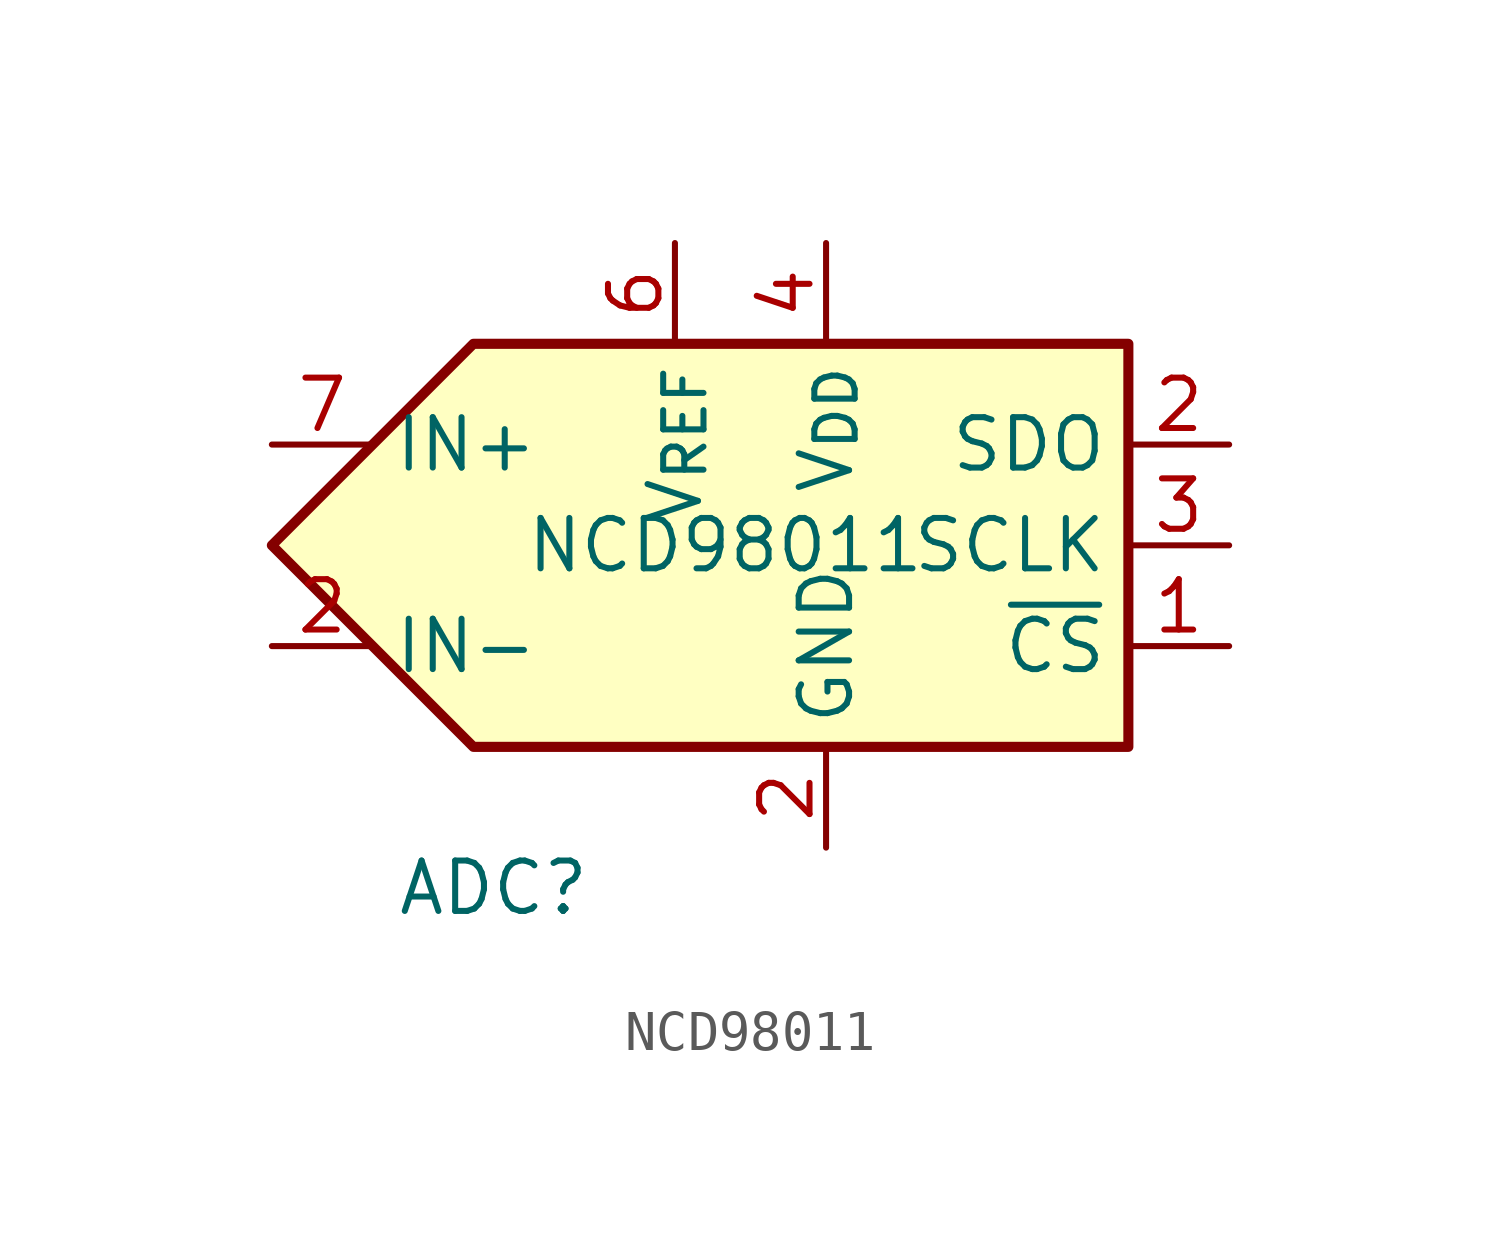
<source format=kicad_sym>
(kicad_symbol_lib
  (version 20241209)
  (generator "kicad_symbol_editor")
  (generator_version "9.0")
  (symbol "NCD98011"
    (property "Reference" "ADC"
      (at -5.842 -8.636 0)
      (effects (font (size 1.27 1.27))))
    (property "Value" "NCD98011"
      (at 0 0 0)
      (effects (font (size 1.27 1.27))))
    (symbol "NCD98011_0_1"
      (polyline (pts (xy -6.35 5.08) (xy 10.16 5.08) (xy 10.16 -5.08) (xy -6.35 -5.08) (xy -11.43 0) (xy -6.35 5.08)) (stroke (width 0.254) (type default)) (fill (type background))))
    (symbol "NCD98011_1_1"
      (pin input line (at -11.43 2.54 0) (length 2.54) (name "IN+" (effects (font (size 1.27 1.27)))) (number "7" (effects (font (size 1.27 1.27)))))
      (pin input line (at -11.43 -2.54 0) (length 2.54) (name "IN-" (effects (font (size 1.27 1.27)))) (number "2" (effects (font (size 1.27 1.27)))))
      (pin power_in line (at -1.27 7.62 270) (length 2.54) (name "V_{REF}" (effects (font (size 1.27 1.27)))) (number "6" (effects (font (size 1.27 1.27)))))
      (pin power_in line (at 2.54 7.62 270) (length 2.54) (name "V_{DD}" (effects (font (size 1.27 1.27)))) (number "4" (effects (font (size 1.27 1.27)))))
      (pin power_in line (at 2.54 -7.62 90) (length 2.54) (name "GND" (effects (font (size 1.27 1.27)))) (number "2" (effects (font (size 1.27 1.27)))))
      (pin tri_state line (at 12.7 2.54 180) (length 2.54) (name "SDO" (effects (font (size 1.27 1.27)))) (number "2" (effects (font (size 1.27 1.27)))))
      (pin input line (at 12.7 0 180) (length 2.54) (name "SCLK" (effects (font (size 1.27 1.27)))) (number "3" (effects (font (size 1.27 1.27)))))
      (pin input line (at 12.7 -2.54 180) (length 2.54) (name "~{CS}" (effects (font (size 1.27 1.27)))) (number "1" (effects (font (size 1.27 1.27))))))))
</source>
